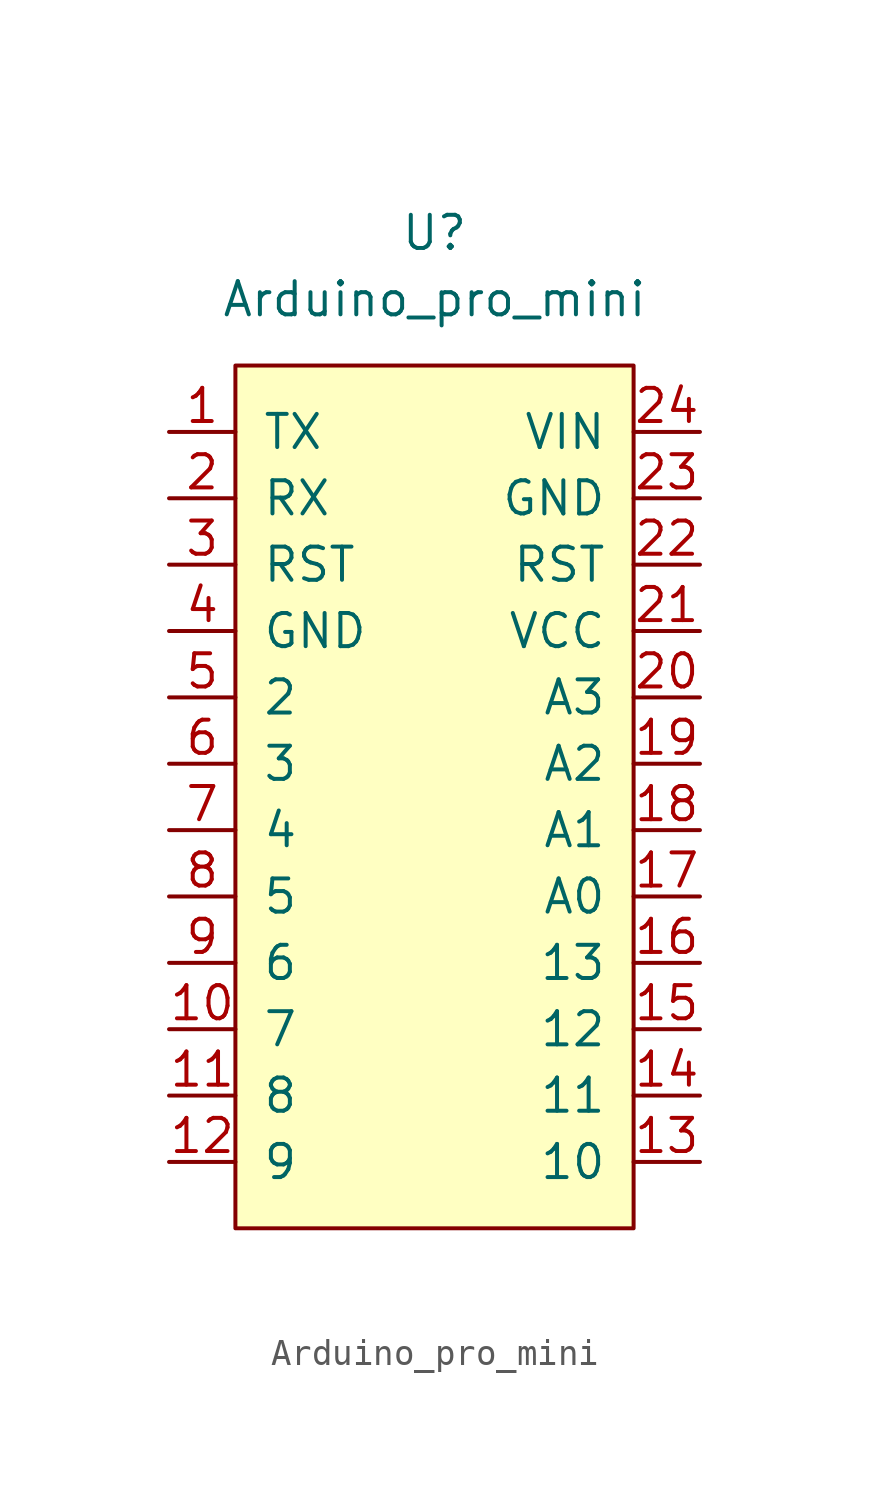
<source format=kicad_sym>
(kicad_symbol_lib
  (version 20211014)
  (generator kicad_symbol_editor)
  (symbol "Arduino_pro_mini"
    (pin_names
      (offset 1.016))
    (property "Reference" "U"
      (at 0 0 0)
      (effects (font (size 1.27 1.27))))
    (property "Value" "Arduino_pro_mini"
      (at 0 -2.54 0)
      (effects (font (size 1.27 1.27))))
    (symbol "Arduino_pro_mini_0_0"
      (pin unspecified line (at -10.16 -30.48 0) (length 2.54) (name "7" (effects (font (size 1.27 1.27)))) (number "10" (effects (font (size 1.27 1.27)))))
      (pin unspecified line (at -10.16 -33.02 0) (length 2.54) (name "8" (effects (font (size 1.27 1.27)))) (number "11" (effects (font (size 1.27 1.27)))))
      (pin unspecified line (at -10.16 -35.56 0) (length 2.54) (name "9" (effects (font (size 1.27 1.27)))) (number "12" (effects (font (size 1.27 1.27)))))
      (pin unspecified line (at 10.16 -35.56 180) (length 2.54) (name "10" (effects (font (size 1.27 1.27)))) (number "13" (effects (font (size 1.27 1.27)))))
      (pin unspecified line (at 10.16 -33.02 180) (length 2.54) (name "11" (effects (font (size 1.27 1.27)))) (number "14" (effects (font (size 1.27 1.27)))))
      (pin unspecified line (at 10.16 -30.48 180) (length 2.54) (name "12" (effects (font (size 1.27 1.27)))) (number "15" (effects (font (size 1.27 1.27)))))
      (pin unspecified line (at 10.16 -27.94 180) (length 2.54) (name "13" (effects (font (size 1.27 1.27)))) (number "16" (effects (font (size 1.27 1.27)))))
      (pin unspecified line (at 10.16 -25.4 180) (length 2.54) (name "A0" (effects (font (size 1.27 1.27)))) (number "17" (effects (font (size 1.27 1.27)))))
      (pin unspecified line (at 10.16 -22.86 180) (length 2.54) (name "A1" (effects (font (size 1.27 1.27)))) (number "18" (effects (font (size 1.27 1.27)))))
      (pin unspecified line (at 10.16 -20.32 180) (length 2.54) (name "A2" (effects (font (size 1.27 1.27)))) (number "19" (effects (font (size 1.27 1.27)))))
      (pin unspecified line (at 10.16 -17.78 180) (length 2.54) (name "A3" (effects (font (size 1.27 1.27)))) (number "20" (effects (font (size 1.27 1.27)))))
      (pin unspecified line (at 10.16 -15.24 180) (length 2.54) (name "VCC" (effects (font (size 1.27 1.27)))) (number "21" (effects (font (size 1.27 1.27)))))
      (pin unspecified line (at 10.16 -12.7 180) (length 2.54) (name "RST" (effects (font (size 1.27 1.27)))) (number "22" (effects (font (size 1.27 1.27)))))
      (pin unspecified line (at 10.16 -10.16 180) (length 2.54) (name "GND" (effects (font (size 1.27 1.27)))) (number "23" (effects (font (size 1.27 1.27)))))
      (pin unspecified line (at 10.16 -7.62 180) (length 2.54) (name "VIN" (effects (font (size 1.27 1.27)))) (number "24" (effects (font (size 1.27 1.27)))))
      (pin unspecified line (at -10.16 -12.7 0) (length 2.54) (name "RST" (effects (font (size 1.27 1.27)))) (number "3" (effects (font (size 1.27 1.27)))))
      (pin unspecified line (at -10.16 -15.24 0) (length 2.54) (name "GND" (effects (font (size 1.27 1.27)))) (number "4" (effects (font (size 1.27 1.27)))))
      (pin unspecified line (at -10.16 -17.78 0) (length 2.54) (name "2" (effects (font (size 1.27 1.27)))) (number "5" (effects (font (size 1.27 1.27)))))
      (pin unspecified line (at -10.16 -20.32 0) (length 2.54) (name "3" (effects (font (size 1.27 1.27)))) (number "6" (effects (font (size 1.27 1.27)))))
      (pin unspecified line (at -10.16 -22.86 0) (length 2.54) (name "4" (effects (font (size 1.27 1.27)))) (number "7" (effects (font (size 1.27 1.27)))))
      (pin unspecified line (at -10.16 -25.4 0) (length 2.54) (name "5" (effects (font (size 1.27 1.27)))) (number "8" (effects (font (size 1.27 1.27)))))
      (pin unspecified line (at -10.16 -27.94 0) (length 2.54) (name "6" (effects (font (size 1.27 1.27)))) (number "9" (effects (font (size 1.27 1.27))))))
    (symbol "Arduino_pro_mini_0_1"
      (rectangle (start 7.62 -5.08) (end -7.62 -38.1) (stroke (width 0) (type default) (color 0 0 0 0)) (fill (type background))))
    (symbol "Arduino_pro_mini_1_1"
      (pin input line (at -10.16 -7.62 0) (length 2.54) (name "TX" (effects (font (size 1.27 1.27)))) (number "1" (effects (font (size 1.27 1.27)))))
      (pin input line (at -10.16 -10.16 0) (length 2.54) (name "RX" (effects (font (size 1.27 1.27)))) (number "2" (effects (font (size 1.27 1.27))))))))
</source>
